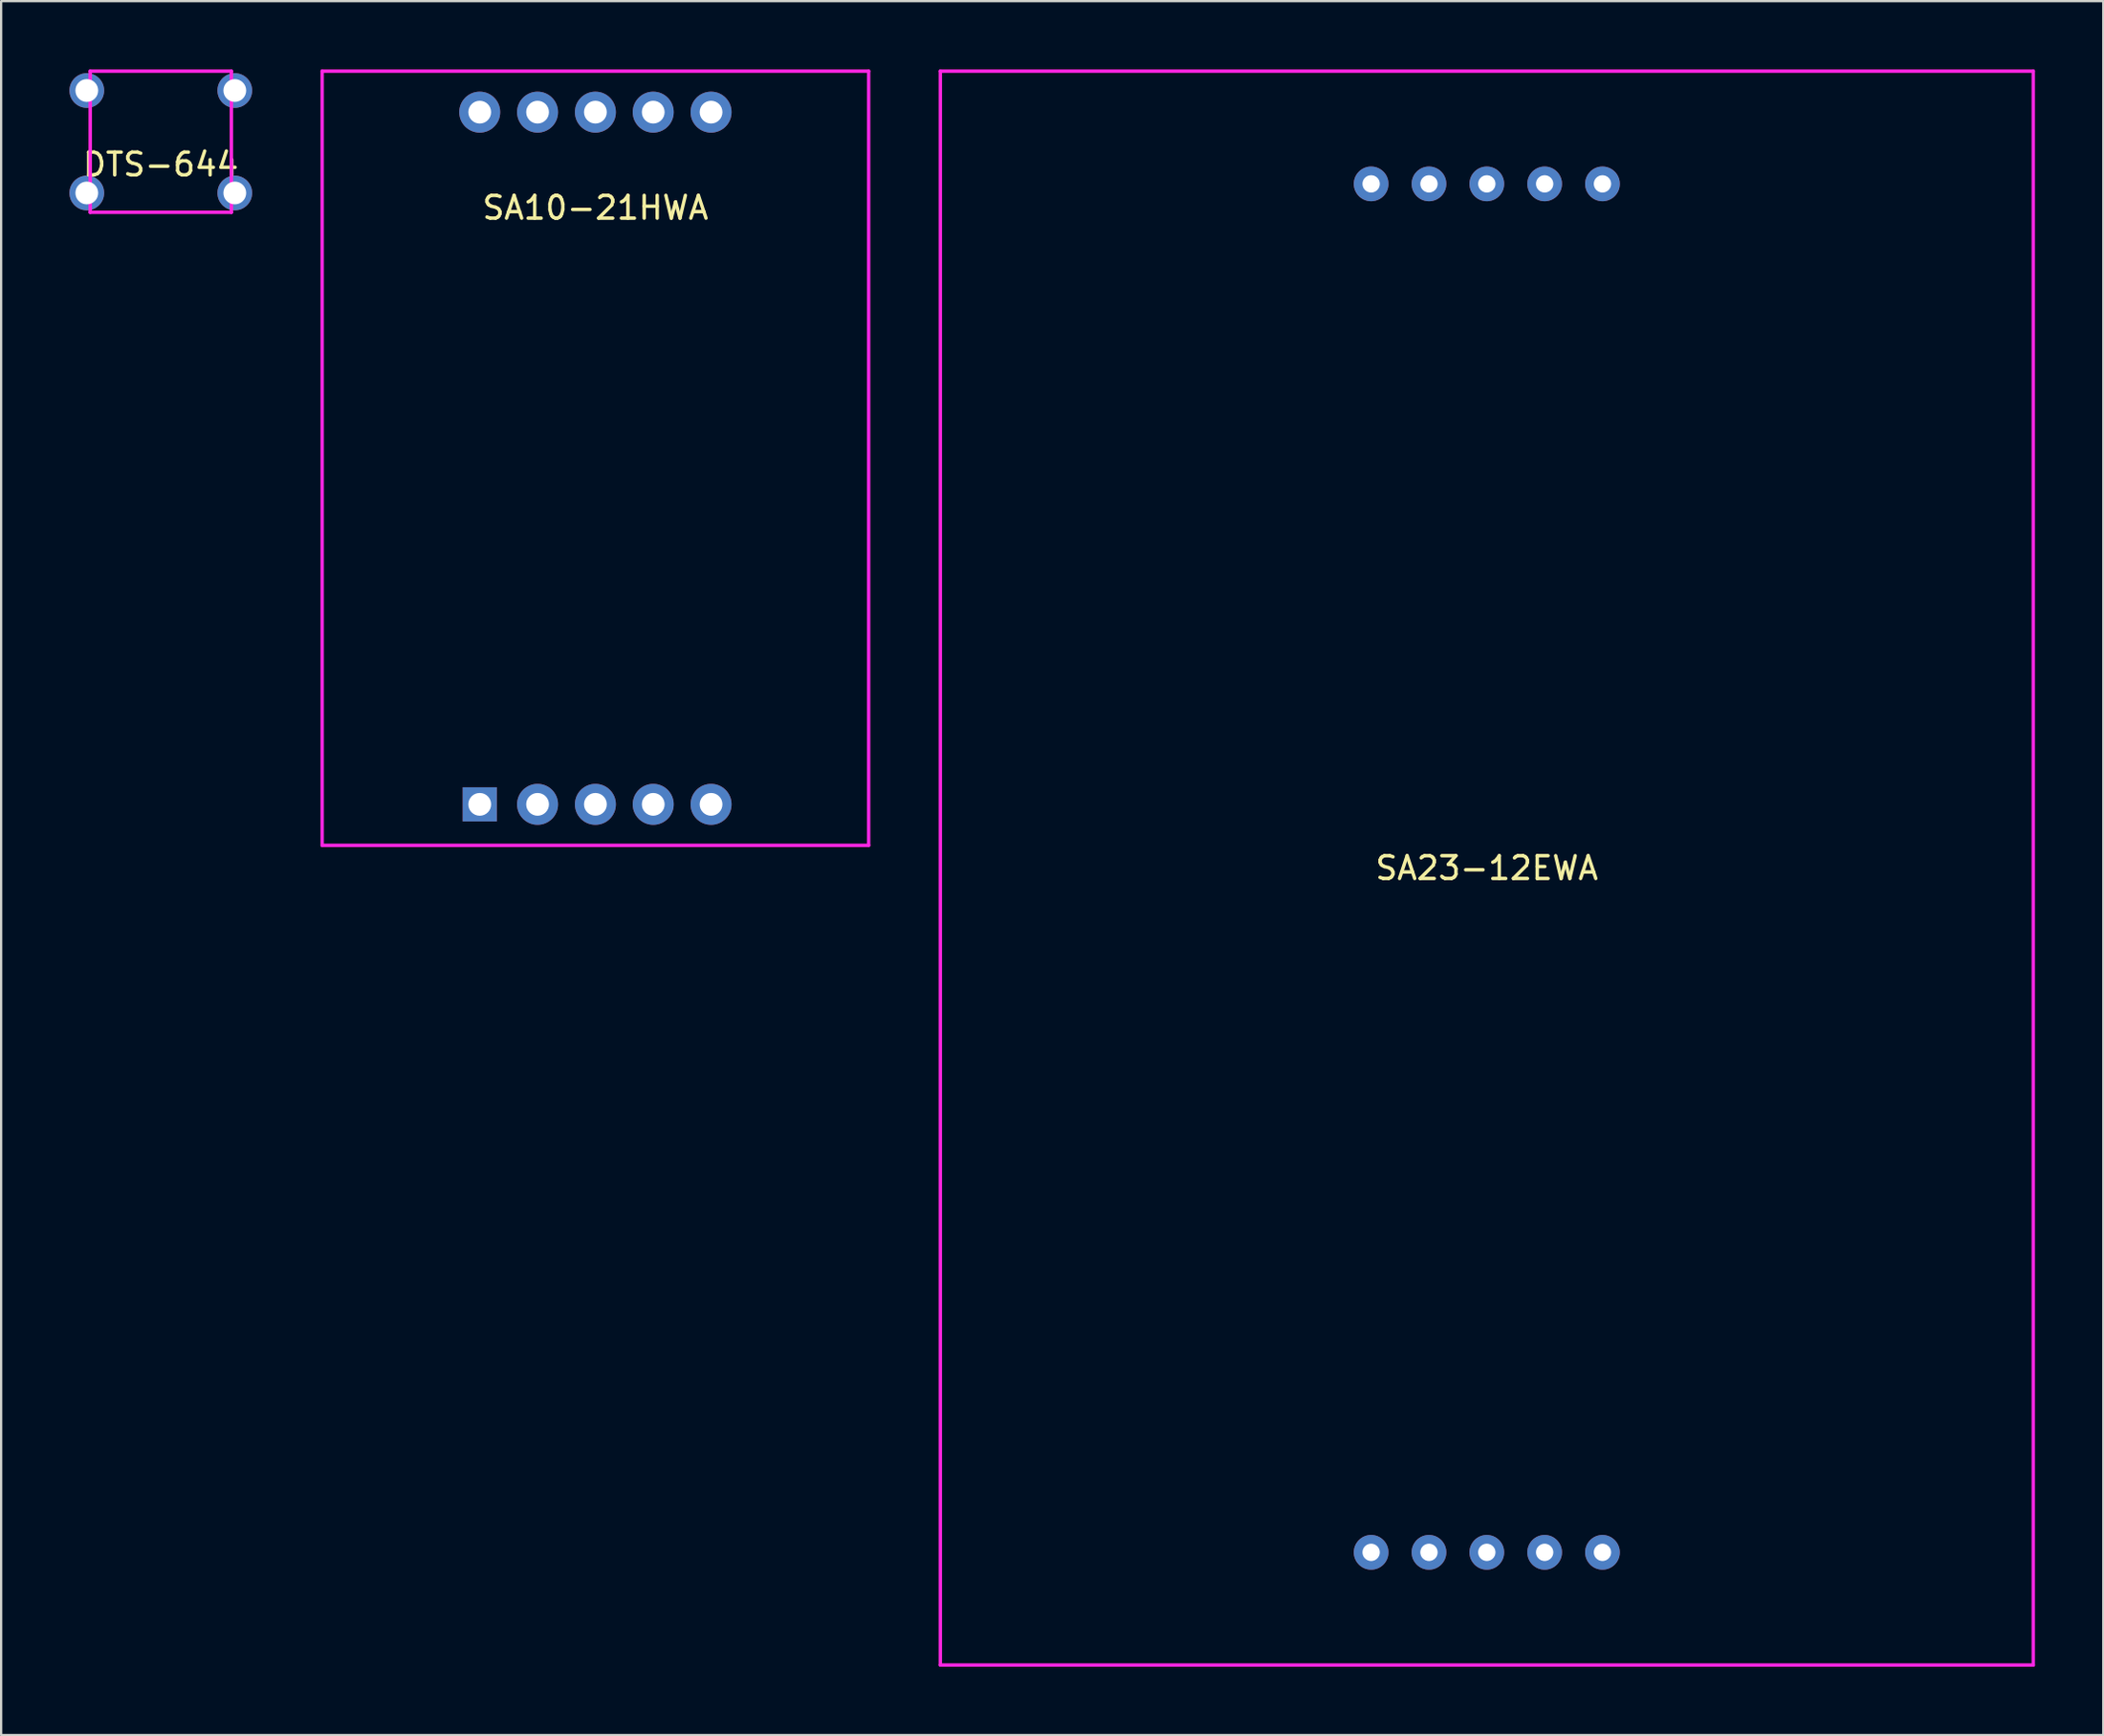
<source format=kicad_pcb>
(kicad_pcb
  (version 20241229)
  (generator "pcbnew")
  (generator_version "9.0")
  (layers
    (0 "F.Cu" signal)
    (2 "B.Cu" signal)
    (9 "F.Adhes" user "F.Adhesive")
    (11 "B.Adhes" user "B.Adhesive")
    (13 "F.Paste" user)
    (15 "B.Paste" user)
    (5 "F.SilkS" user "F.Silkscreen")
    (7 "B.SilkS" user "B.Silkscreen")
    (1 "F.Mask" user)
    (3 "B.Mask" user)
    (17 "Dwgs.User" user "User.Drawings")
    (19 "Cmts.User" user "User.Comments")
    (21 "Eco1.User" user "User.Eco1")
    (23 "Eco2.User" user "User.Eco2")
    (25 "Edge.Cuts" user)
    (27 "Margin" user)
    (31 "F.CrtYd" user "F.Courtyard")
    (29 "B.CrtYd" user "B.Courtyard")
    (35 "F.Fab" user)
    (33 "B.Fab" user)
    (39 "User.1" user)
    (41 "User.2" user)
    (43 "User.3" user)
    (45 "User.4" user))
  (footprint "SA23-12EWA"
    (layer "F.Cu")
    (at 62.249 35.075)
    (property "Reference" "SA23-12EWA" (at 0 0 0) (layer "F.SilkS") (effects (font (size 1 1) (thickness 0.15))))
    (attr through_hole)
    (fp_line (start -24 -35) (end 24 -35) (stroke (width 0.15) (type solid)) (layer "F.CrtYd"))
    (fp_line (start -24 35) (end -24 -35) (stroke (width 0.15) (type solid)) (layer "F.CrtYd"))
    (fp_line (start 24 -35) (end 24 35) (stroke (width 0.15) (type solid)) (layer "F.CrtYd"))
    (fp_line (start 24 35) (end -24 35) (stroke (width 0.15) (type solid)) (layer "F.CrtYd"))
    (pad "1" thru_hole circle (at -5.08 30.05) (size 1.524 1.524) (drill 0.762) (layers "*.Cu" "*.Mask"))
    (pad "2" thru_hole circle (at -2.54 30.05) (size 1.524 1.524) (drill 0.762) (layers "*.Cu" "*.Mask"))
    (pad "3" thru_hole circle (at 0 30.05) (size 1.524 1.524) (drill 0.762) (layers "*.Cu" "*.Mask"))
    (pad "4" thru_hole circle (at 2.54 30.05) (size 1.524 1.524) (drill 0.762) (layers "*.Cu" "*.Mask"))
    (pad "5" thru_hole circle (at 5.08 30.05) (size 1.524 1.524) (drill 0.762) (layers "*.Cu" "*.Mask"))
    (pad "6" thru_hole circle (at 5.08 -30.05) (size 1.524 1.524) (drill 0.762) (layers "*.Cu" "*.Mask"))
    (pad "7" thru_hole circle (at 2.54 -30.05) (size 1.524 1.524) (drill 0.762) (layers "*.Cu" "*.Mask"))
    (pad "8" thru_hole circle (at 0 -30.05) (size 1.524 1.524) (drill 0.762) (layers "*.Cu" "*.Mask"))
    (pad "9" thru_hole circle (at -2.54 -30.05) (size 1.524 1.524) (drill 0.762) (layers "*.Cu" "*.Mask"))
    (pad "10" thru_hole circle (at -5.08 -30.05) (size 1.524 1.524) (drill 0.762) (layers "*.Cu" "*.Mask")))
  (footprint "DTS-644"
    (layer "F.Cu")
    (at 4.012 3.175)
    (property "Reference" "DTS-644" (at 0 1 0) (layer "F.SilkS") (effects (font (size 1 1) (thickness 0.15))))
    (attr through_hole)
    (fp_line (start -3.1 -3.1) (end 3.1 -3.1) (stroke (width 0.15) (type solid)) (layer "F.CrtYd"))
    (fp_line (start -3.1 3.1) (end -3.1 -3.1) (stroke (width 0.15) (type solid)) (layer "F.CrtYd"))
    (fp_line (start 3.1 -3.1) (end 3.1 3.1) (stroke (width 0.15) (type solid)) (layer "F.CrtYd"))
    (fp_line (start 3.1 3.1) (end -3.1 3.1) (stroke (width 0.15) (type solid)) (layer "F.CrtYd"))
    (pad "1" thru_hole circle (at -3.25 -2.25) (size 1.524 1.524) (drill 1) (layers "*.Cu" "*.Mask"))
    (pad "2" thru_hole circle (at -3.25 2.25) (size 1.524 1.524) (drill 1) (layers "*.Cu" "*.Mask"))
    (pad "3" thru_hole circle (at 3.25 -2.25) (size 1.524 1.524) (drill 1) (layers "*.Cu" "*.Mask"))
    (pad "4" thru_hole circle (at 3.25 2.25) (size 1.524 1.524) (drill 1) (layers "*.Cu" "*.Mask")))
  (footprint "SA10-21HWA"
    (layer "F.Cu")
    (at 23.099 17.075)
    (property "Reference" "SA10-21HWA" (at 0 -11 0) (layer "F.SilkS") (effects (font (size 1 1) (thickness 0.15))))
    (attr through_hole)
    (fp_line (start -12 -17) (end -12 17) (stroke (width 0.15) (type solid)) (layer "F.CrtYd"))
    (fp_line (start -12 17) (end 12 17) (stroke (width 0.15) (type solid)) (layer "F.CrtYd"))
    (fp_line (start 12 -17) (end -12 -17) (stroke (width 0.15) (type solid)) (layer "F.CrtYd"))
    (fp_line (start 12 17) (end 12 -17) (stroke (width 0.15) (type solid)) (layer "F.CrtYd"))
    (pad "1" thru_hole rect (at -5.08 15.2) (size 1.5 1.5) (drill 1) (layers "*.Cu" "*.Mask"))
    (pad "2" thru_hole circle (at -2.54 15.2) (size 1.8 1.8) (drill 1) (layers "*.Cu" "*.Mask"))
    (pad "3" thru_hole circle (at 0 15.2) (size 1.8 1.8) (drill 1) (layers "*.Cu" "*.Mask"))
    (pad "4" thru_hole circle (at 2.54 15.2) (size 1.8 1.8) (drill 1) (layers "*.Cu" "*.Mask"))
    (pad "5" thru_hole circle (at 5.08 15.2) (size 1.8 1.8) (drill 1) (layers "*.Cu" "*.Mask"))
    (pad "6" thru_hole circle (at 5.08 -15.2) (size 1.8 1.8) (drill 1) (layers "*.Cu" "*.Mask"))
    (pad "7" thru_hole circle (at 2.54 -15.2) (size 1.8 1.8) (drill 1) (layers "*.Cu" "*.Mask"))
    (pad "8" thru_hole circle (at 0 -15.2) (size 1.8 1.8) (drill 1) (layers "*.Cu" "*.Mask"))
    (pad "9" thru_hole circle (at -2.54 -15.2) (size 1.8 1.8) (drill 1) (layers "*.Cu" "*.Mask"))
    (pad "10" thru_hole circle (at -5.08 -15.2) (size 1.8 1.8) (drill 1) (layers "*.Cu" "*.Mask")))
  (gr_rect
    (start -3 -3)
    (end 89.324 73.15)
    (stroke (width 0.1) (type default))
    (fill no)
    (layer "Edge.Cuts")))
</source>
